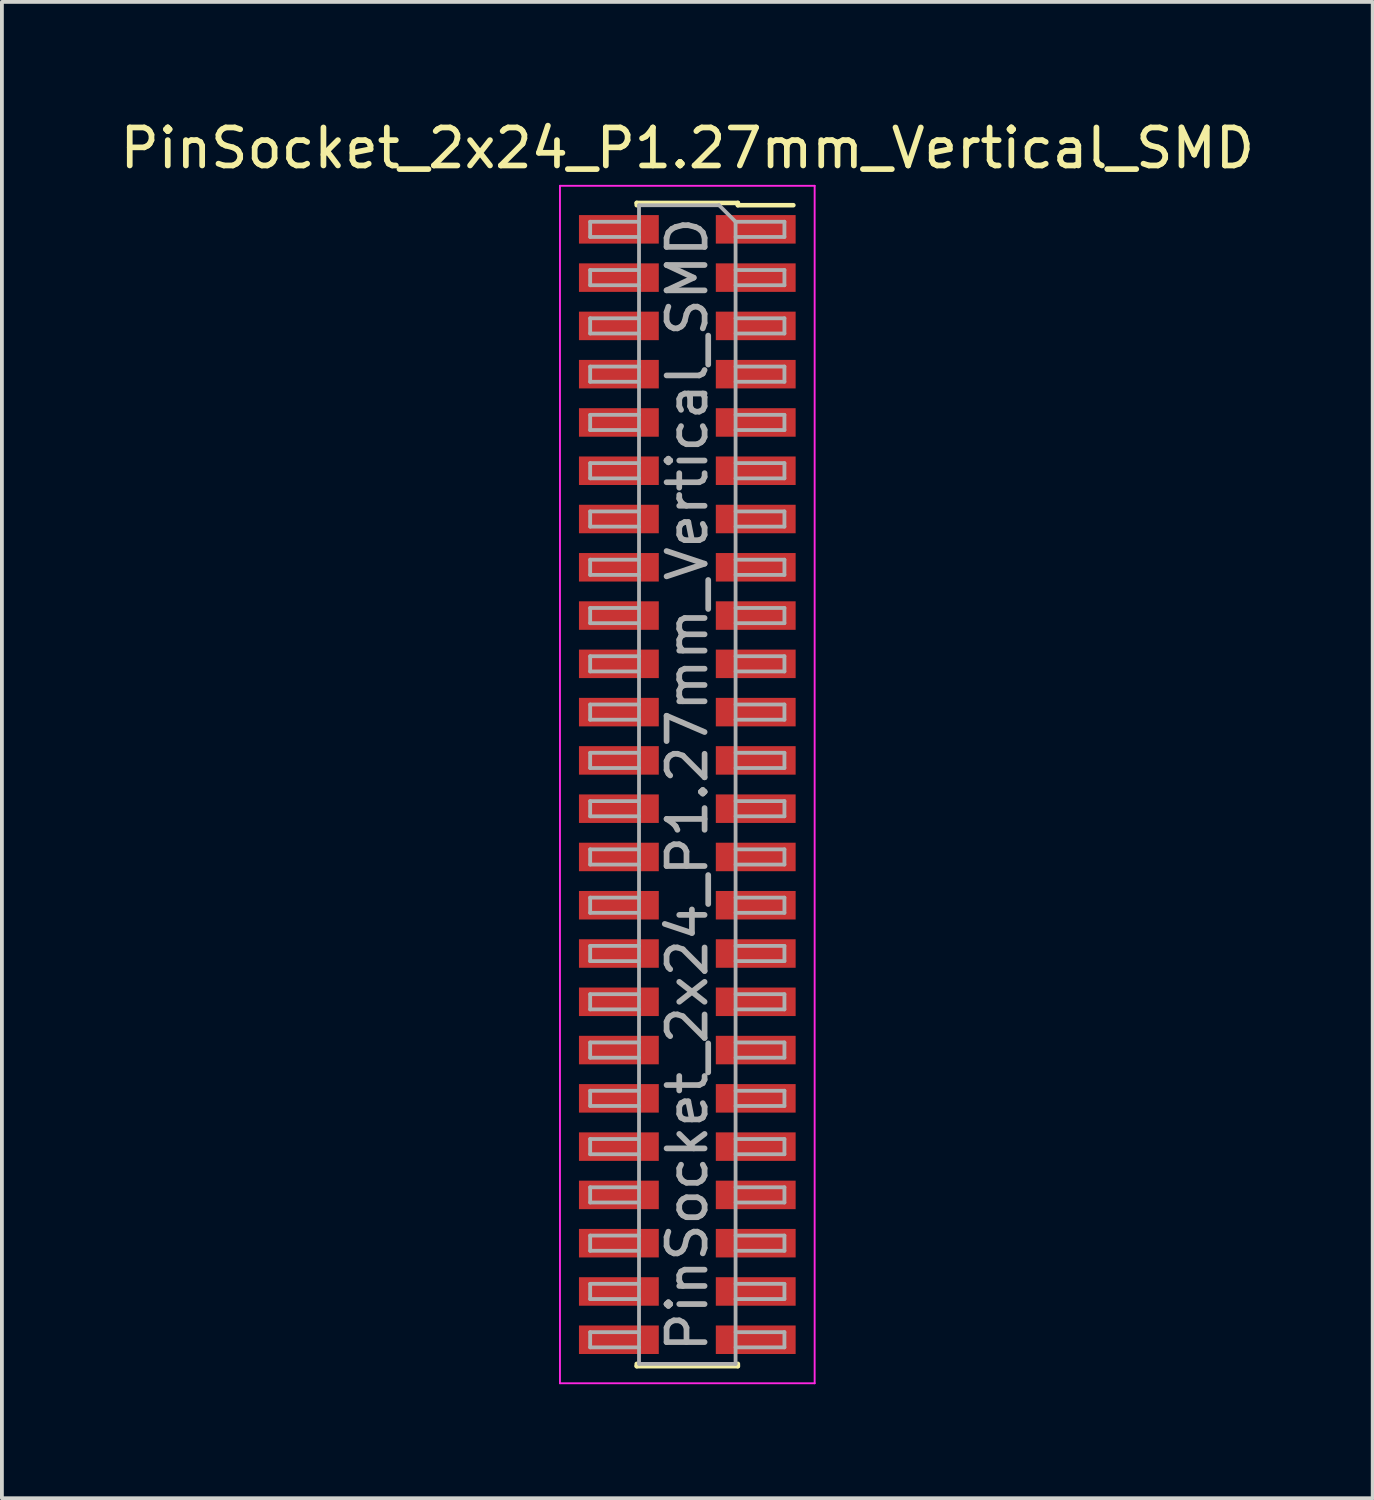
<source format=kicad_pcb>
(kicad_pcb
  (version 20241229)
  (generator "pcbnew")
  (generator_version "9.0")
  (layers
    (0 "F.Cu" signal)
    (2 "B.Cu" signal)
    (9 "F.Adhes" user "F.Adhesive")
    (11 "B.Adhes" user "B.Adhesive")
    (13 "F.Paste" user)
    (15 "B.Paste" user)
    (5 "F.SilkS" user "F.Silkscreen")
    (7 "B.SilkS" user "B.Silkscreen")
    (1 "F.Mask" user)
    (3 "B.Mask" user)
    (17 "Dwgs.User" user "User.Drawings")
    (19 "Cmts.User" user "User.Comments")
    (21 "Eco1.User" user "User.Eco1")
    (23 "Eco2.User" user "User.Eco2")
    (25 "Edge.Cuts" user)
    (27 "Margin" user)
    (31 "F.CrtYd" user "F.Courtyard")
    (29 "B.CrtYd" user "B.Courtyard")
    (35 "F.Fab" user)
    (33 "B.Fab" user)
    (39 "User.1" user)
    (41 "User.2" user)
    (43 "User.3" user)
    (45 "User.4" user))
  (footprint "PinSocket_2x24_P1.27mm_Vertical_SMD"
    (layer "F.Cu")
    (at 15.03 17.588)
    (property "Reference" "PinSocket_2x24_P1.27mm_Vertical_SMD" (at 0 -16.74 0) (layer "F.SilkS") (effects (font (size 1 1) (thickness 0.15))))
    (attr smd)
    (fp_line (start -1.33 -15.3) (end -1.33 -15.24) (stroke (width 0.12) (type solid)) (layer "F.SilkS"))
    (fp_line (start -1.33 -15.3) (end 1.33 -15.3) (stroke (width 0.12) (type solid)) (layer "F.SilkS"))
    (fp_line (start -1.33 15.24) (end -1.33 15.3) (stroke (width 0.12) (type solid)) (layer "F.SilkS"))
    (fp_line (start -1.33 15.3) (end 1.33 15.3) (stroke (width 0.12) (type solid)) (layer "F.SilkS"))
    (fp_line (start 1.33 -15.3) (end 1.33 -15.24) (stroke (width 0.12) (type solid)) (layer "F.SilkS"))
    (fp_line (start 1.33 -15.24) (end 2.79 -15.24) (stroke (width 0.12) (type solid)) (layer "F.SilkS"))
    (fp_line (start 1.33 15.24) (end 1.33 15.3) (stroke (width 0.12) (type solid)) (layer "F.SilkS"))
    (fp_line (start -3.35 -15.75) (end 3.35 -15.75) (stroke (width 0.05) (type solid)) (layer "F.CrtYd"))
    (fp_line (start -3.35 15.75) (end -3.35 -15.75) (stroke (width 0.05) (type solid)) (layer "F.CrtYd"))
    (fp_line (start 3.35 -15.75) (end 3.35 15.75) (stroke (width 0.05) (type solid)) (layer "F.CrtYd"))
    (fp_line (start 3.35 15.75) (end -3.35 15.75) (stroke (width 0.05) (type solid)) (layer "F.CrtYd"))
    (fp_line (start -2.555 -14.805) (end -1.27 -14.805) (stroke (width 0.1) (type solid)) (layer "F.Fab"))
    (fp_line (start -2.555 -14.405) (end -2.555 -14.805) (stroke (width 0.1) (type solid)) (layer "F.Fab"))
    (fp_line (start -2.555 -13.535) (end -1.27 -13.535) (stroke (width 0.1) (type solid)) (layer "F.Fab"))
    (fp_line (start -2.555 -13.135) (end -2.555 -13.535) (stroke (width 0.1) (type solid)) (layer "F.Fab"))
    (fp_line (start -2.555 -12.265) (end -1.27 -12.265) (stroke (width 0.1) (type solid)) (layer "F.Fab"))
    (fp_line (start -2.555 -11.865) (end -2.555 -12.265) (stroke (width 0.1) (type solid)) (layer "F.Fab"))
    (fp_line (start -2.555 -10.995) (end -1.27 -10.995) (stroke (width 0.1) (type solid)) (layer "F.Fab"))
    (fp_line (start -2.555 -10.595) (end -2.555 -10.995) (stroke (width 0.1) (type solid)) (layer "F.Fab"))
    (fp_line (start -2.555 -9.725) (end -1.27 -9.725) (stroke (width 0.1) (type solid)) (layer "F.Fab"))
    (fp_line (start -2.555 -9.325) (end -2.555 -9.725) (stroke (width 0.1) (type solid)) (layer "F.Fab"))
    (fp_line (start -2.555 -8.455) (end -1.27 -8.455) (stroke (width 0.1) (type solid)) (layer "F.Fab"))
    (fp_line (start -2.555 -8.055) (end -2.555 -8.455) (stroke (width 0.1) (type solid)) (layer "F.Fab"))
    (fp_line (start -2.555 -7.185) (end -1.27 -7.185) (stroke (width 0.1) (type solid)) (layer "F.Fab"))
    (fp_line (start -2.555 -6.785) (end -2.555 -7.185) (stroke (width 0.1) (type solid)) (layer "F.Fab"))
    (fp_line (start -2.555 -5.915) (end -1.27 -5.915) (stroke (width 0.1) (type solid)) (layer "F.Fab"))
    (fp_line (start -2.555 -5.515) (end -2.555 -5.915) (stroke (width 0.1) (type solid)) (layer "F.Fab"))
    (fp_line (start -2.555 -4.645) (end -1.27 -4.645) (stroke (width 0.1) (type solid)) (layer "F.Fab"))
    (fp_line (start -2.555 -4.245) (end -2.555 -4.645) (stroke (width 0.1) (type solid)) (layer "F.Fab"))
    (fp_line (start -2.555 -3.375) (end -1.27 -3.375) (stroke (width 0.1) (type solid)) (layer "F.Fab"))
    (fp_line (start -2.555 -2.975) (end -2.555 -3.375) (stroke (width 0.1) (type solid)) (layer "F.Fab"))
    (fp_line (start -2.555 -2.105) (end -1.27 -2.105) (stroke (width 0.1) (type solid)) (layer "F.Fab"))
    (fp_line (start -2.555 -1.705) (end -2.555 -2.105) (stroke (width 0.1) (type solid)) (layer "F.Fab"))
    (fp_line (start -2.555 -0.835) (end -1.27 -0.835) (stroke (width 0.1) (type solid)) (layer "F.Fab"))
    (fp_line (start -2.555 -0.435) (end -2.555 -0.835) (stroke (width 0.1) (type solid)) (layer "F.Fab"))
    (fp_line (start -2.555 0.435) (end -1.27 0.435) (stroke (width 0.1) (type solid)) (layer "F.Fab"))
    (fp_line (start -2.555 0.835) (end -2.555 0.435) (stroke (width 0.1) (type solid)) (layer "F.Fab"))
    (fp_line (start -2.555 1.705) (end -1.27 1.705) (stroke (width 0.1) (type solid)) (layer "F.Fab"))
    (fp_line (start -2.555 2.105) (end -2.555 1.705) (stroke (width 0.1) (type solid)) (layer "F.Fab"))
    (fp_line (start -2.555 2.975) (end -1.27 2.975) (stroke (width 0.1) (type solid)) (layer "F.Fab"))
    (fp_line (start -2.555 3.375) (end -2.555 2.975) (stroke (width 0.1) (type solid)) (layer "F.Fab"))
    (fp_line (start -2.555 4.245) (end -1.27 4.245) (stroke (width 0.1) (type solid)) (layer "F.Fab"))
    (fp_line (start -2.555 4.645) (end -2.555 4.245) (stroke (width 0.1) (type solid)) (layer "F.Fab"))
    (fp_line (start -2.555 5.515) (end -1.27 5.515) (stroke (width 0.1) (type solid)) (layer "F.Fab"))
    (fp_line (start -2.555 5.915) (end -2.555 5.515) (stroke (width 0.1) (type solid)) (layer "F.Fab"))
    (fp_line (start -2.555 6.785) (end -1.27 6.785) (stroke (width 0.1) (type solid)) (layer "F.Fab"))
    (fp_line (start -2.555 7.185) (end -2.555 6.785) (stroke (width 0.1) (type solid)) (layer "F.Fab"))
    (fp_line (start -2.555 8.055) (end -1.27 8.055) (stroke (width 0.1) (type solid)) (layer "F.Fab"))
    (fp_line (start -2.555 8.455) (end -2.555 8.055) (stroke (width 0.1) (type solid)) (layer "F.Fab"))
    (fp_line (start -2.555 9.325) (end -1.27 9.325) (stroke (width 0.1) (type solid)) (layer "F.Fab"))
    (fp_line (start -2.555 9.725) (end -2.555 9.325) (stroke (width 0.1) (type solid)) (layer "F.Fab"))
    (fp_line (start -2.555 10.595) (end -1.27 10.595) (stroke (width 0.1) (type solid)) (layer "F.Fab"))
    (fp_line (start -2.555 10.995) (end -2.555 10.595) (stroke (width 0.1) (type solid)) (layer "F.Fab"))
    (fp_line (start -2.555 11.865) (end -1.27 11.865) (stroke (width 0.1) (type solid)) (layer "F.Fab"))
    (fp_line (start -2.555 12.265) (end -2.555 11.865) (stroke (width 0.1) (type solid)) (layer "F.Fab"))
    (fp_line (start -2.555 13.135) (end -1.27 13.135) (stroke (width 0.1) (type solid)) (layer "F.Fab"))
    (fp_line (start -2.555 13.535) (end -2.555 13.135) (stroke (width 0.1) (type solid)) (layer "F.Fab"))
    (fp_line (start -2.555 14.405) (end -1.27 14.405) (stroke (width 0.1) (type solid)) (layer "F.Fab"))
    (fp_line (start -2.555 14.805) (end -2.555 14.405) (stroke (width 0.1) (type solid)) (layer "F.Fab"))
    (fp_line (start -1.27 -15.24) (end 0.835 -15.24) (stroke (width 0.1) (type solid)) (layer "F.Fab"))
    (fp_line (start -1.27 -14.405) (end -2.555 -14.405) (stroke (width 0.1) (type solid)) (layer "F.Fab"))
    (fp_line (start -1.27 -13.135) (end -2.555 -13.135) (stroke (width 0.1) (type solid)) (layer "F.Fab"))
    (fp_line (start -1.27 -11.865) (end -2.555 -11.865) (stroke (width 0.1) (type solid)) (layer "F.Fab"))
    (fp_line (start -1.27 -10.595) (end -2.555 -10.595) (stroke (width 0.1) (type solid)) (layer "F.Fab"))
    (fp_line (start -1.27 -9.325) (end -2.555 -9.325) (stroke (width 0.1) (type solid)) (layer "F.Fab"))
    (fp_line (start -1.27 -8.055) (end -2.555 -8.055) (stroke (width 0.1) (type solid)) (layer "F.Fab"))
    (fp_line (start -1.27 -6.785) (end -2.555 -6.785) (stroke (width 0.1) (type solid)) (layer "F.Fab"))
    (fp_line (start -1.27 -5.515) (end -2.555 -5.515) (stroke (width 0.1) (type solid)) (layer "F.Fab"))
    (fp_line (start -1.27 -4.245) (end -2.555 -4.245) (stroke (width 0.1) (type solid)) (layer "F.Fab"))
    (fp_line (start -1.27 -2.975) (end -2.555 -2.975) (stroke (width 0.1) (type solid)) (layer "F.Fab"))
    (fp_line (start -1.27 -1.705) (end -2.555 -1.705) (stroke (width 0.1) (type solid)) (layer "F.Fab"))
    (fp_line (start -1.27 -0.435) (end -2.555 -0.435) (stroke (width 0.1) (type solid)) (layer "F.Fab"))
    (fp_line (start -1.27 0.835) (end -2.555 0.835) (stroke (width 0.1) (type solid)) (layer "F.Fab"))
    (fp_line (start -1.27 2.105) (end -2.555 2.105) (stroke (width 0.1) (type solid)) (layer "F.Fab"))
    (fp_line (start -1.27 3.375) (end -2.555 3.375) (stroke (width 0.1) (type solid)) (layer "F.Fab"))
    (fp_line (start -1.27 4.645) (end -2.555 4.645) (stroke (width 0.1) (type solid)) (layer "F.Fab"))
    (fp_line (start -1.27 5.915) (end -2.555 5.915) (stroke (width 0.1) (type solid)) (layer "F.Fab"))
    (fp_line (start -1.27 7.185) (end -2.555 7.185) (stroke (width 0.1) (type solid)) (layer "F.Fab"))
    (fp_line (start -1.27 8.455) (end -2.555 8.455) (stroke (width 0.1) (type solid)) (layer "F.Fab"))
    (fp_line (start -1.27 9.725) (end -2.555 9.725) (stroke (width 0.1) (type solid)) (layer "F.Fab"))
    (fp_line (start -1.27 10.995) (end -2.555 10.995) (stroke (width 0.1) (type solid)) (layer "F.Fab"))
    (fp_line (start -1.27 12.265) (end -2.555 12.265) (stroke (width 0.1) (type solid)) (layer "F.Fab"))
    (fp_line (start -1.27 13.535) (end -2.555 13.535) (stroke (width 0.1) (type solid)) (layer "F.Fab"))
    (fp_line (start -1.27 14.805) (end -2.555 14.805) (stroke (width 0.1) (type solid)) (layer "F.Fab"))
    (fp_line (start -1.27 15.24) (end -1.27 -15.24) (stroke (width 0.1) (type solid)) (layer "F.Fab"))
    (fp_line (start 0.835 -15.24) (end 1.27 -14.805) (stroke (width 0.1) (type solid)) (layer "F.Fab"))
    (fp_line (start 1.27 -14.805) (end 1.27 15.24) (stroke (width 0.1) (type solid)) (layer "F.Fab"))
    (fp_line (start 1.27 -14.805) (end 2.555 -14.805) (stroke (width 0.1) (type solid)) (layer "F.Fab"))
    (fp_line (start 1.27 -13.535) (end 2.555 -13.535) (stroke (width 0.1) (type solid)) (layer "F.Fab"))
    (fp_line (start 1.27 -12.265) (end 2.555 -12.265) (stroke (width 0.1) (type solid)) (layer "F.Fab"))
    (fp_line (start 1.27 -10.995) (end 2.555 -10.995) (stroke (width 0.1) (type solid)) (layer "F.Fab"))
    (fp_line (start 1.27 -9.725) (end 2.555 -9.725) (stroke (width 0.1) (type solid)) (layer "F.Fab"))
    (fp_line (start 1.27 -8.455) (end 2.555 -8.455) (stroke (width 0.1) (type solid)) (layer "F.Fab"))
    (fp_line (start 1.27 -7.185) (end 2.555 -7.185) (stroke (width 0.1) (type solid)) (layer "F.Fab"))
    (fp_line (start 1.27 -5.915) (end 2.555 -5.915) (stroke (width 0.1) (type solid)) (layer "F.Fab"))
    (fp_line (start 1.27 -4.645) (end 2.555 -4.645) (stroke (width 0.1) (type solid)) (layer "F.Fab"))
    (fp_line (start 1.27 -3.375) (end 2.555 -3.375) (stroke (width 0.1) (type solid)) (layer "F.Fab"))
    (fp_line (start 1.27 -2.105) (end 2.555 -2.105) (stroke (width 0.1) (type solid)) (layer "F.Fab"))
    (fp_line (start 1.27 -0.835) (end 2.555 -0.835) (stroke (width 0.1) (type solid)) (layer "F.Fab"))
    (fp_line (start 1.27 0.435) (end 2.555 0.435) (stroke (width 0.1) (type solid)) (layer "F.Fab"))
    (fp_line (start 1.27 1.705) (end 2.555 1.705) (stroke (width 0.1) (type solid)) (layer "F.Fab"))
    (fp_line (start 1.27 2.975) (end 2.555 2.975) (stroke (width 0.1) (type solid)) (layer "F.Fab"))
    (fp_line (start 1.27 4.245) (end 2.555 4.245) (stroke (width 0.1) (type solid)) (layer "F.Fab"))
    (fp_line (start 1.27 5.515) (end 2.555 5.515) (stroke (width 0.1) (type solid)) (layer "F.Fab"))
    (fp_line (start 1.27 6.785) (end 2.555 6.785) (stroke (width 0.1) (type solid)) (layer "F.Fab"))
    (fp_line (start 1.27 8.055) (end 2.555 8.055) (stroke (width 0.1) (type solid)) (layer "F.Fab"))
    (fp_line (start 1.27 9.325) (end 2.555 9.325) (stroke (width 0.1) (type solid)) (layer "F.Fab"))
    (fp_line (start 1.27 10.595) (end 2.555 10.595) (stroke (width 0.1) (type solid)) (layer "F.Fab"))
    (fp_line (start 1.27 11.865) (end 2.555 11.865) (stroke (width 0.1) (type solid)) (layer "F.Fab"))
    (fp_line (start 1.27 13.135) (end 2.555 13.135) (stroke (width 0.1) (type solid)) (layer "F.Fab"))
    (fp_line (start 1.27 14.405) (end 2.555 14.405) (stroke (width 0.1) (type solid)) (layer "F.Fab"))
    (fp_line (start 1.27 15.24) (end -1.27 15.24) (stroke (width 0.1) (type solid)) (layer "F.Fab"))
    (fp_line (start 2.555 -14.805) (end 2.555 -14.405) (stroke (width 0.1) (type solid)) (layer "F.Fab"))
    (fp_line (start 2.555 -14.405) (end 1.27 -14.405) (stroke (width 0.1) (type solid)) (layer "F.Fab"))
    (fp_line (start 2.555 -13.535) (end 2.555 -13.135) (stroke (width 0.1) (type solid)) (layer "F.Fab"))
    (fp_line (start 2.555 -13.135) (end 1.27 -13.135) (stroke (width 0.1) (type solid)) (layer "F.Fab"))
    (fp_line (start 2.555 -12.265) (end 2.555 -11.865) (stroke (width 0.1) (type solid)) (layer "F.Fab"))
    (fp_line (start 2.555 -11.865) (end 1.27 -11.865) (stroke (width 0.1) (type solid)) (layer "F.Fab"))
    (fp_line (start 2.555 -10.995) (end 2.555 -10.595) (stroke (width 0.1) (type solid)) (layer "F.Fab"))
    (fp_line (start 2.555 -10.595) (end 1.27 -10.595) (stroke (width 0.1) (type solid)) (layer "F.Fab"))
    (fp_line (start 2.555 -9.725) (end 2.555 -9.325) (stroke (width 0.1) (type solid)) (layer "F.Fab"))
    (fp_line (start 2.555 -9.325) (end 1.27 -9.325) (stroke (width 0.1) (type solid)) (layer "F.Fab"))
    (fp_line (start 2.555 -8.455) (end 2.555 -8.055) (stroke (width 0.1) (type solid)) (layer "F.Fab"))
    (fp_line (start 2.555 -8.055) (end 1.27 -8.055) (stroke (width 0.1) (type solid)) (layer "F.Fab"))
    (fp_line (start 2.555 -7.185) (end 2.555 -6.785) (stroke (width 0.1) (type solid)) (layer "F.Fab"))
    (fp_line (start 2.555 -6.785) (end 1.27 -6.785) (stroke (width 0.1) (type solid)) (layer "F.Fab"))
    (fp_line (start 2.555 -5.915) (end 2.555 -5.515) (stroke (width 0.1) (type solid)) (layer "F.Fab"))
    (fp_line (start 2.555 -5.515) (end 1.27 -5.515) (stroke (width 0.1) (type solid)) (layer "F.Fab"))
    (fp_line (start 2.555 -4.645) (end 2.555 -4.245) (stroke (width 0.1) (type solid)) (layer "F.Fab"))
    (fp_line (start 2.555 -4.245) (end 1.27 -4.245) (stroke (width 0.1) (type solid)) (layer "F.Fab"))
    (fp_line (start 2.555 -3.375) (end 2.555 -2.975) (stroke (width 0.1) (type solid)) (layer "F.Fab"))
    (fp_line (start 2.555 -2.975) (end 1.27 -2.975) (stroke (width 0.1) (type solid)) (layer "F.Fab"))
    (fp_line (start 2.555 -2.105) (end 2.555 -1.705) (stroke (width 0.1) (type solid)) (layer "F.Fab"))
    (fp_line (start 2.555 -1.705) (end 1.27 -1.705) (stroke (width 0.1) (type solid)) (layer "F.Fab"))
    (fp_line (start 2.555 -0.835) (end 2.555 -0.435) (stroke (width 0.1) (type solid)) (layer "F.Fab"))
    (fp_line (start 2.555 -0.435) (end 1.27 -0.435) (stroke (width 0.1) (type solid)) (layer "F.Fab"))
    (fp_line (start 2.555 0.435) (end 2.555 0.835) (stroke (width 0.1) (type solid)) (layer "F.Fab"))
    (fp_line (start 2.555 0.835) (end 1.27 0.835) (stroke (width 0.1) (type solid)) (layer "F.Fab"))
    (fp_line (start 2.555 1.705) (end 2.555 2.105) (stroke (width 0.1) (type solid)) (layer "F.Fab"))
    (fp_line (start 2.555 2.105) (end 1.27 2.105) (stroke (width 0.1) (type solid)) (layer "F.Fab"))
    (fp_line (start 2.555 2.975) (end 2.555 3.375) (stroke (width 0.1) (type solid)) (layer "F.Fab"))
    (fp_line (start 2.555 3.375) (end 1.27 3.375) (stroke (width 0.1) (type solid)) (layer "F.Fab"))
    (fp_line (start 2.555 4.245) (end 2.555 4.645) (stroke (width 0.1) (type solid)) (layer "F.Fab"))
    (fp_line (start 2.555 4.645) (end 1.27 4.645) (stroke (width 0.1) (type solid)) (layer "F.Fab"))
    (fp_line (start 2.555 5.515) (end 2.555 5.915) (stroke (width 0.1) (type solid)) (layer "F.Fab"))
    (fp_line (start 2.555 5.915) (end 1.27 5.915) (stroke (width 0.1) (type solid)) (layer "F.Fab"))
    (fp_line (start 2.555 6.785) (end 2.555 7.185) (stroke (width 0.1) (type solid)) (layer "F.Fab"))
    (fp_line (start 2.555 7.185) (end 1.27 7.185) (stroke (width 0.1) (type solid)) (layer "F.Fab"))
    (fp_line (start 2.555 8.055) (end 2.555 8.455) (stroke (width 0.1) (type solid)) (layer "F.Fab"))
    (fp_line (start 2.555 8.455) (end 1.27 8.455) (stroke (width 0.1) (type solid)) (layer "F.Fab"))
    (fp_line (start 2.555 9.325) (end 2.555 9.725) (stroke (width 0.1) (type solid)) (layer "F.Fab"))
    (fp_line (start 2.555 9.725) (end 1.27 9.725) (stroke (width 0.1) (type solid)) (layer "F.Fab"))
    (fp_line (start 2.555 10.595) (end 2.555 10.995) (stroke (width 0.1) (type solid)) (layer "F.Fab"))
    (fp_line (start 2.555 10.995) (end 1.27 10.995) (stroke (width 0.1) (type solid)) (layer "F.Fab"))
    (fp_line (start 2.555 11.865) (end 2.555 12.265) (stroke (width 0.1) (type solid)) (layer "F.Fab"))
    (fp_line (start 2.555 12.265) (end 1.27 12.265) (stroke (width 0.1) (type solid)) (layer "F.Fab"))
    (fp_line (start 2.555 13.135) (end 2.555 13.535) (stroke (width 0.1) (type solid)) (layer "F.Fab"))
    (fp_line (start 2.555 13.535) (end 1.27 13.535) (stroke (width 0.1) (type solid)) (layer "F.Fab"))
    (fp_line (start 2.555 14.405) (end 2.555 14.805) (stroke (width 0.1) (type solid)) (layer "F.Fab"))
    (fp_line (start 2.555 14.805) (end 1.27 14.805) (stroke (width 0.1) (type solid)) (layer "F.Fab"))
    (fp_text user "${REFERENCE}" (at 0 0 90) (layer "F.Fab") (effects (font (size 1 1) (thickness 0.15))))
    (pad "1" smd rect (at 1.8 -14.605) (size 2.1 0.75) (layers "F.Cu" "F.Mask" "F.Paste"))
    (pad "2" smd rect (at -1.8 -14.605) (size 2.1 0.75) (layers "F.Cu" "F.Mask" "F.Paste"))
    (pad "3" smd rect (at 1.8 -13.335) (size 2.1 0.75) (layers "F.Cu" "F.Mask" "F.Paste"))
    (pad "4" smd rect (at -1.8 -13.335) (size 2.1 0.75) (layers "F.Cu" "F.Mask" "F.Paste"))
    (pad "5" smd rect (at 1.8 -12.065) (size 2.1 0.75) (layers "F.Cu" "F.Mask" "F.Paste"))
    (pad "6" smd rect (at -1.8 -12.065) (size 2.1 0.75) (layers "F.Cu" "F.Mask" "F.Paste"))
    (pad "7" smd rect (at 1.8 -10.795) (size 2.1 0.75) (layers "F.Cu" "F.Mask" "F.Paste"))
    (pad "8" smd rect (at -1.8 -10.795) (size 2.1 0.75) (layers "F.Cu" "F.Mask" "F.Paste"))
    (pad "9" smd rect (at 1.8 -9.525) (size 2.1 0.75) (layers "F.Cu" "F.Mask" "F.Paste"))
    (pad "10" smd rect (at -1.8 -9.525) (size 2.1 0.75) (layers "F.Cu" "F.Mask" "F.Paste"))
    (pad "11" smd rect (at 1.8 -8.255) (size 2.1 0.75) (layers "F.Cu" "F.Mask" "F.Paste"))
    (pad "12" smd rect (at -1.8 -8.255) (size 2.1 0.75) (layers "F.Cu" "F.Mask" "F.Paste"))
    (pad "13" smd rect (at 1.8 -6.985) (size 2.1 0.75) (layers "F.Cu" "F.Mask" "F.Paste"))
    (pad "14" smd rect (at -1.8 -6.985) (size 2.1 0.75) (layers "F.Cu" "F.Mask" "F.Paste"))
    (pad "15" smd rect (at 1.8 -5.715) (size 2.1 0.75) (layers "F.Cu" "F.Mask" "F.Paste"))
    (pad "16" smd rect (at -1.8 -5.715) (size 2.1 0.75) (layers "F.Cu" "F.Mask" "F.Paste"))
    (pad "17" smd rect (at 1.8 -4.445) (size 2.1 0.75) (layers "F.Cu" "F.Mask" "F.Paste"))
    (pad "18" smd rect (at -1.8 -4.445) (size 2.1 0.75) (layers "F.Cu" "F.Mask" "F.Paste"))
    (pad "19" smd rect (at 1.8 -3.175) (size 2.1 0.75) (layers "F.Cu" "F.Mask" "F.Paste"))
    (pad "20" smd rect (at -1.8 -3.175) (size 2.1 0.75) (layers "F.Cu" "F.Mask" "F.Paste"))
    (pad "21" smd rect (at 1.8 -1.905) (size 2.1 0.75) (layers "F.Cu" "F.Mask" "F.Paste"))
    (pad "22" smd rect (at -1.8 -1.905) (size 2.1 0.75) (layers "F.Cu" "F.Mask" "F.Paste"))
    (pad "23" smd rect (at 1.8 -0.635) (size 2.1 0.75) (layers "F.Cu" "F.Mask" "F.Paste"))
    (pad "24" smd rect (at -1.8 -0.635) (size 2.1 0.75) (layers "F.Cu" "F.Mask" "F.Paste"))
    (pad "25" smd rect (at 1.8 0.635) (size 2.1 0.75) (layers "F.Cu" "F.Mask" "F.Paste"))
    (pad "26" smd rect (at -1.8 0.635) (size 2.1 0.75) (layers "F.Cu" "F.Mask" "F.Paste"))
    (pad "27" smd rect (at 1.8 1.905) (size 2.1 0.75) (layers "F.Cu" "F.Mask" "F.Paste"))
    (pad "28" smd rect (at -1.8 1.905) (size 2.1 0.75) (layers "F.Cu" "F.Mask" "F.Paste"))
    (pad "29" smd rect (at 1.8 3.175) (size 2.1 0.75) (layers "F.Cu" "F.Mask" "F.Paste"))
    (pad "30" smd rect (at -1.8 3.175) (size 2.1 0.75) (layers "F.Cu" "F.Mask" "F.Paste"))
    (pad "31" smd rect (at 1.8 4.445) (size 2.1 0.75) (layers "F.Cu" "F.Mask" "F.Paste"))
    (pad "32" smd rect (at -1.8 4.445) (size 2.1 0.75) (layers "F.Cu" "F.Mask" "F.Paste"))
    (pad "33" smd rect (at 1.8 5.715) (size 2.1 0.75) (layers "F.Cu" "F.Mask" "F.Paste"))
    (pad "34" smd rect (at -1.8 5.715) (size 2.1 0.75) (layers "F.Cu" "F.Mask" "F.Paste"))
    (pad "35" smd rect (at 1.8 6.985) (size 2.1 0.75) (layers "F.Cu" "F.Mask" "F.Paste"))
    (pad "36" smd rect (at -1.8 6.985) (size 2.1 0.75) (layers "F.Cu" "F.Mask" "F.Paste"))
    (pad "37" smd rect (at 1.8 8.255) (size 2.1 0.75) (layers "F.Cu" "F.Mask" "F.Paste"))
    (pad "38" smd rect (at -1.8 8.255) (size 2.1 0.75) (layers "F.Cu" "F.Mask" "F.Paste"))
    (pad "39" smd rect (at 1.8 9.525) (size 2.1 0.75) (layers "F.Cu" "F.Mask" "F.Paste"))
    (pad "40" smd rect (at -1.8 9.525) (size 2.1 0.75) (layers "F.Cu" "F.Mask" "F.Paste"))
    (pad "41" smd rect (at 1.8 10.795) (size 2.1 0.75) (layers "F.Cu" "F.Mask" "F.Paste"))
    (pad "42" smd rect (at -1.8 10.795) (size 2.1 0.75) (layers "F.Cu" "F.Mask" "F.Paste"))
    (pad "43" smd rect (at 1.8 12.065) (size 2.1 0.75) (layers "F.Cu" "F.Mask" "F.Paste"))
    (pad "44" smd rect (at -1.8 12.065) (size 2.1 0.75) (layers "F.Cu" "F.Mask" "F.Paste"))
    (pad "45" smd rect (at 1.8 13.335) (size 2.1 0.75) (layers "F.Cu" "F.Mask" "F.Paste"))
    (pad "46" smd rect (at -1.8 13.335) (size 2.1 0.75) (layers "F.Cu" "F.Mask" "F.Paste"))
    (pad "47" smd rect (at 1.8 14.605) (size 2.1 0.75) (layers "F.Cu" "F.Mask" "F.Paste"))
    (pad "48" smd rect (at -1.8 14.605) (size 2.1 0.75) (layers "F.Cu" "F.Mask" "F.Paste")))
  (gr_rect
    (start -3 -3)
    (end 33.06 36.363)
    (stroke (width 0.1) (type default))
    (fill no)
    (layer "Edge.Cuts")))
</source>
